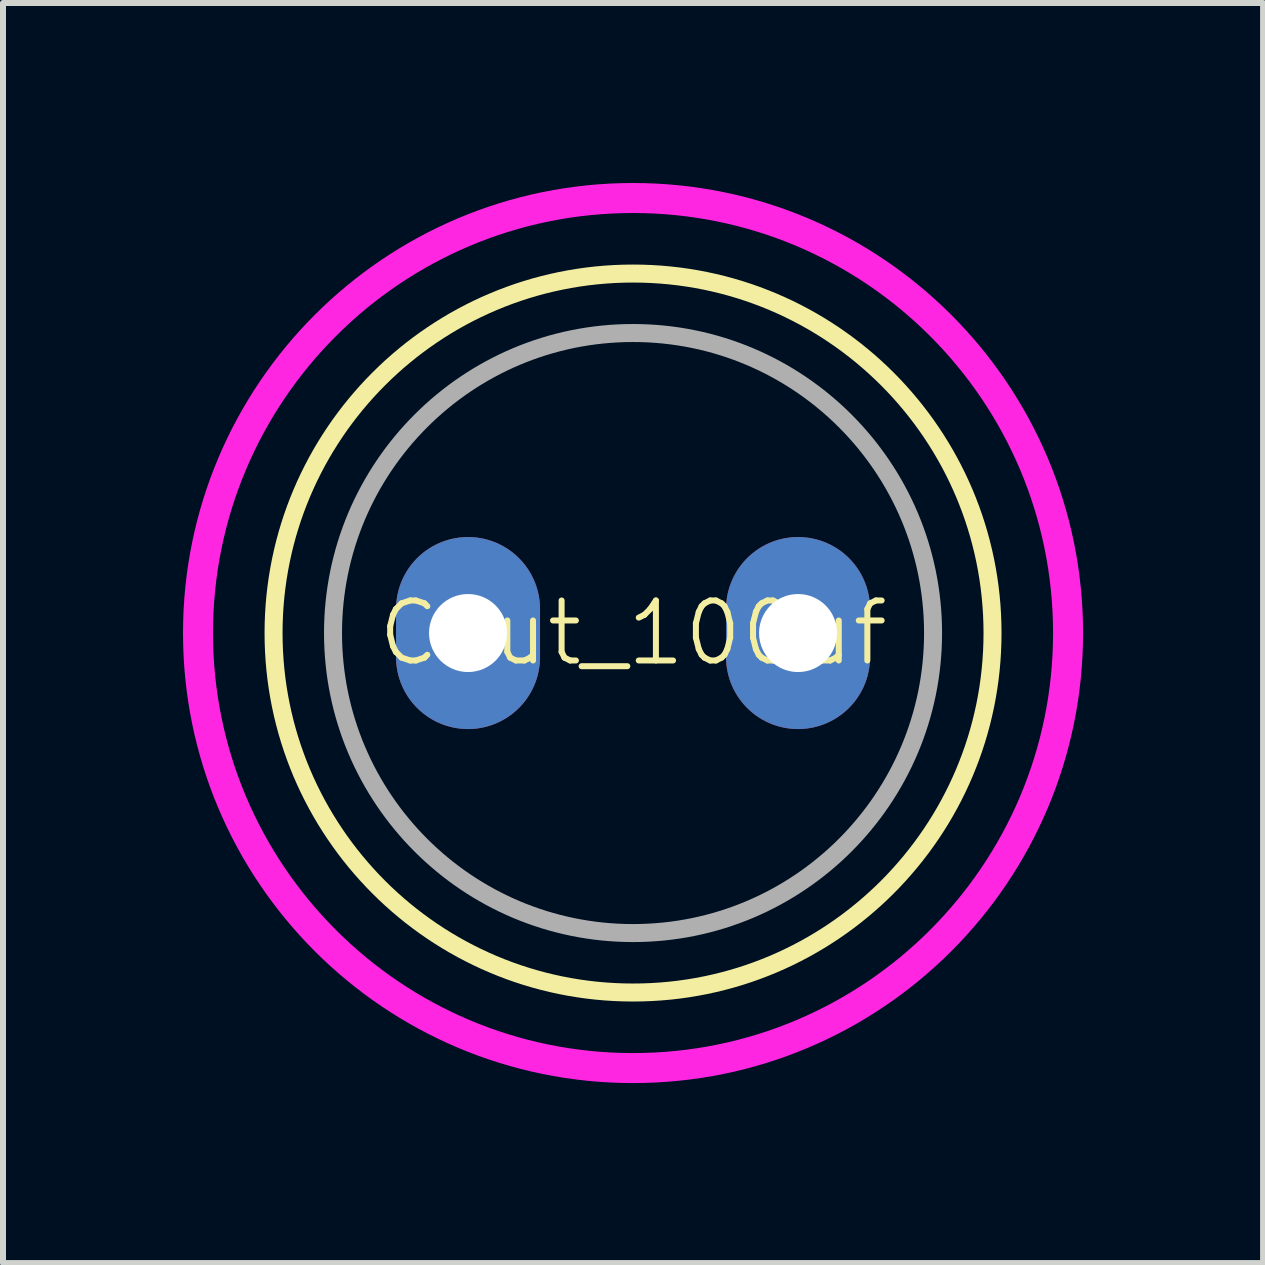
<source format=kicad_pcb>
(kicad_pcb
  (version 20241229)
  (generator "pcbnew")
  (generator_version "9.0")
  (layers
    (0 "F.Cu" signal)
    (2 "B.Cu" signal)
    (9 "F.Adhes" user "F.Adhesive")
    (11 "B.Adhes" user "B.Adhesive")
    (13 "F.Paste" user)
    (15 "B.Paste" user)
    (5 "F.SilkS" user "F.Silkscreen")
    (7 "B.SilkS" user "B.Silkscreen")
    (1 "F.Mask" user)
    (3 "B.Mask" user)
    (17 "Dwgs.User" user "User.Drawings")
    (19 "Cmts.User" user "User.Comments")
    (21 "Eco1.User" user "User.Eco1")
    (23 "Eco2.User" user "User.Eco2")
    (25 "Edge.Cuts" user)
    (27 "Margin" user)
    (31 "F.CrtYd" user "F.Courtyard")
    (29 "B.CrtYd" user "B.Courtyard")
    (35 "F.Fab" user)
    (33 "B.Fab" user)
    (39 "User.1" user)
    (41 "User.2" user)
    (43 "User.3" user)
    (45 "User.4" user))
  (footprint "Cout_100uf"
    (layer "F.Cu")
    (at 7.5 7.5)
    (property "Reference" "Cout_100uf" (at 0 0 0) (unlocked yes) (layer "F.SilkS") (effects (font (size 1 1) (thickness 0.1))))
    (attr through_hole)
    (fp_circle (center 0 0) (end 5.991 0) (stroke (width 0.3) (type default)) (fill no) (layer "F.SilkS"))
    (fp_circle (center 0 0) (end 7.25 0) (stroke (width 0.5) (type default)) (fill no) (layer "F.CrtYd"))
    (fp_circle (center 0 0) (end 5 0) (stroke (width 0.3) (type default)) (fill no) (layer "F.Fab"))
    (pad "1" thru_hole oval (at -2.75 0) (size 2.4 3.2) (drill 1.3) (layers "*.Cu" "*.Mask"))
    (pad "2" thru_hole oval (at 2.75 0) (size 2.4 3.2) (drill 1.3) (layers "*.Cu" "*.Mask")))
  (gr_rect
    (start -3 -3)
    (end 18 18)
    (stroke (width 0.1) (type default))
    (fill no)
    (layer "Edge.Cuts")))
</source>
